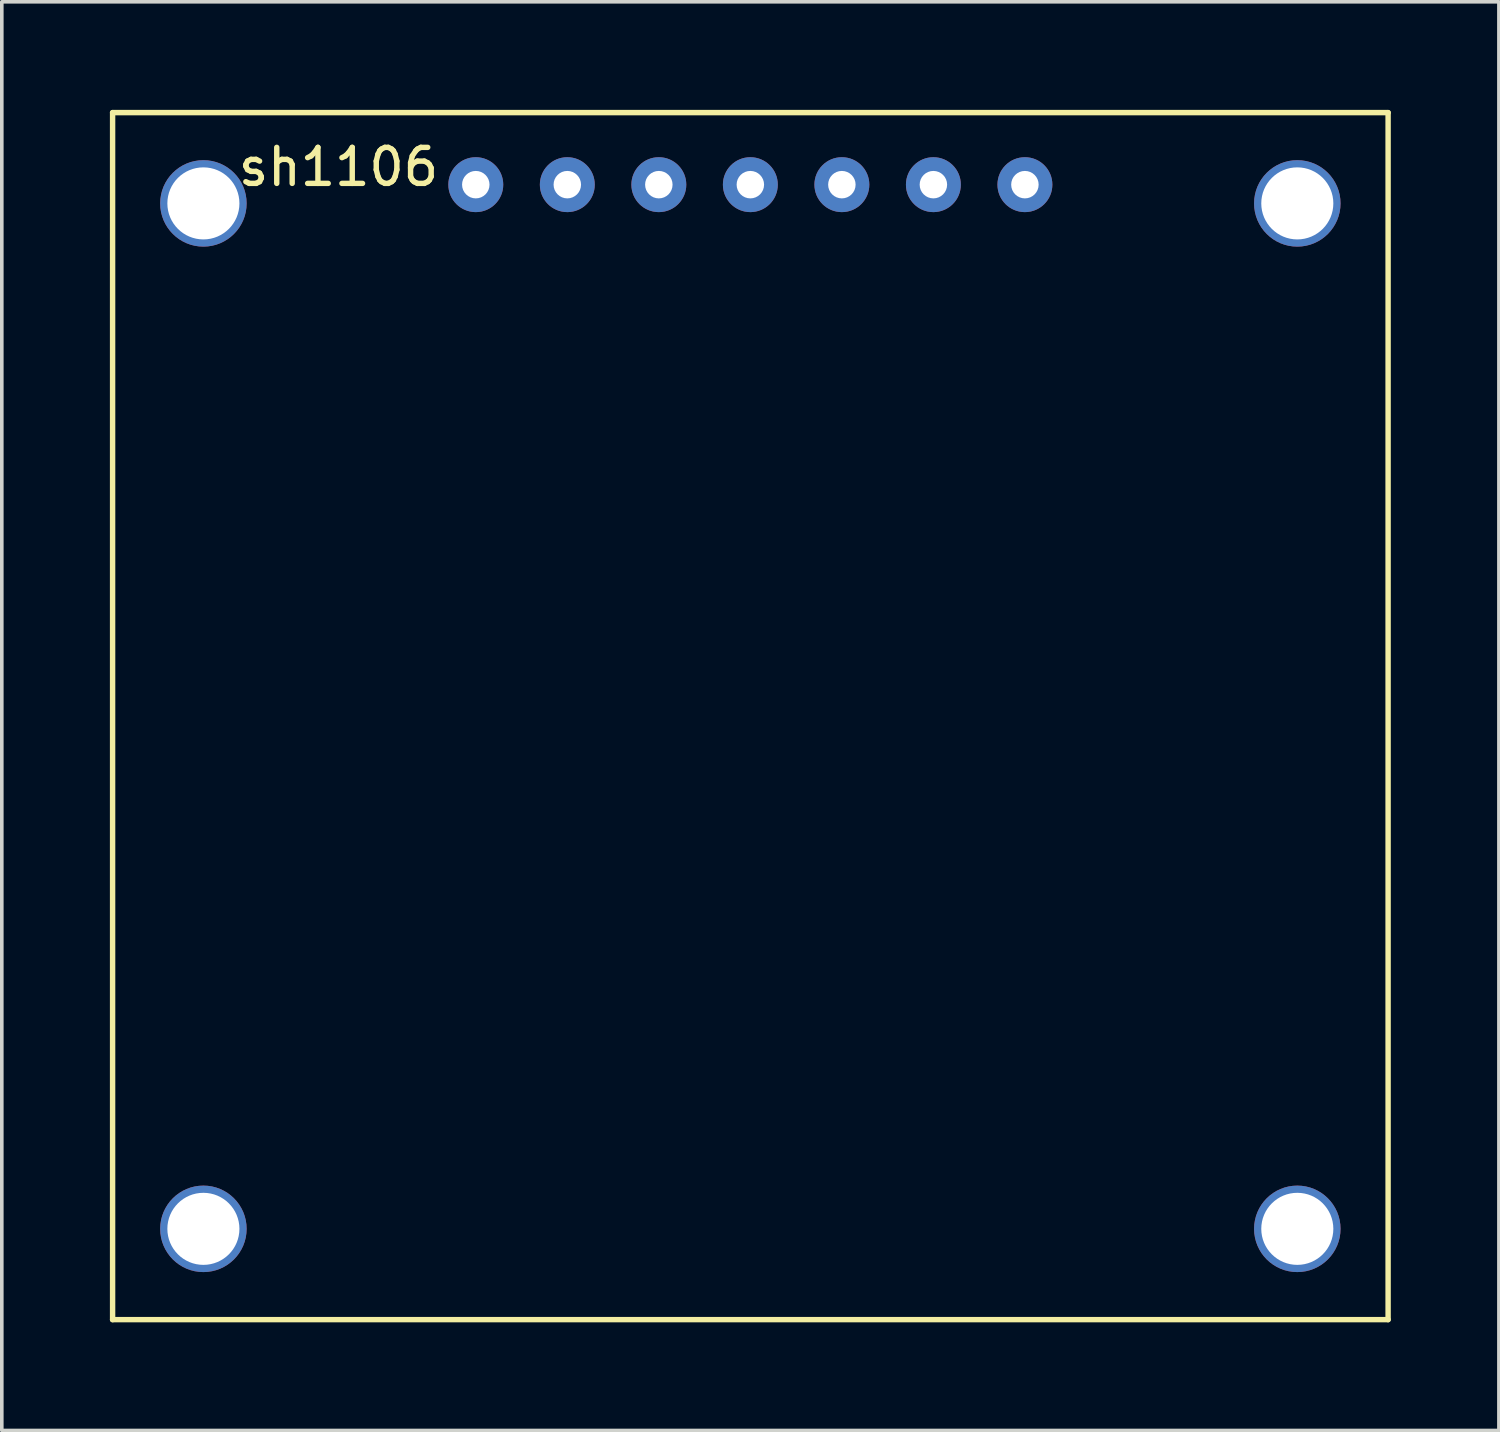
<source format=kicad_pcb>
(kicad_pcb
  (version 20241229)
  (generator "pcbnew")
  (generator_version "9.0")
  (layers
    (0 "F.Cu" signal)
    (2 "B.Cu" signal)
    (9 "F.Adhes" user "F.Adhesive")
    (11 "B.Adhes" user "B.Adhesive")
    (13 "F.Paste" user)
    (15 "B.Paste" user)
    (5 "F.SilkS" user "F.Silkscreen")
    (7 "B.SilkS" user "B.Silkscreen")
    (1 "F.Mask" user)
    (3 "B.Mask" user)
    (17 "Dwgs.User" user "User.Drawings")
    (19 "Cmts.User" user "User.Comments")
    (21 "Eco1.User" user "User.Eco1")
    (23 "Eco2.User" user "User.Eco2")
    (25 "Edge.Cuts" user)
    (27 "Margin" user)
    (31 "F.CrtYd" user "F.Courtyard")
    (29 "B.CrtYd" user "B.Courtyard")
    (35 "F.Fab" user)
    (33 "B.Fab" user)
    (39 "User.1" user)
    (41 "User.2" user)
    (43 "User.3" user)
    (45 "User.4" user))
  (footprint "sh1106"
    (layer "F.Cu")
    (at 17.775 16.825)
    (property "Reference" "sh1106" (at -11.43 -15.24 0) (layer "F.SilkS") (effects (font (size 1 1) (thickness 0.15))))
    (attr through_hole)
    (fp_line (start -17.7 -16.75) (end -17.7 16.75) (stroke (width 0.15) (type solid)) (layer "F.SilkS"))
    (fp_line (start -17.7 16.75) (end 17.7 16.75) (stroke (width 0.15) (type solid)) (layer "F.SilkS"))
    (fp_line (start 17.7 -16.75) (end -17.7 -16.75) (stroke (width 0.15) (type solid)) (layer "F.SilkS"))
    (fp_line (start 17.7 16.75) (end 17.7 -16.75) (stroke (width 0.15) (type solid)) (layer "F.SilkS"))
    (pad "" thru_hole circle (at -15.18 -14.23) (size 2.4 2.4) (drill 2) (layers "*.Cu" "*.Mask"))
    (pad "" thru_hole circle (at -15.18 14.23) (size 2.4 2.4) (drill 2) (layers "*.Cu" "*.Mask"))
    (pad "" thru_hole circle (at 15.18 -14.23) (size 2.4 2.4) (drill 2) (layers "*.Cu" "*.Mask"))
    (pad "" thru_hole circle (at 15.18 14.23) (size 2.4 2.4) (drill 2) (layers "*.Cu" "*.Mask"))
    (pad "1" thru_hole circle (at -7.62 -14.75) (size 1.524 1.524) (drill 0.762) (layers "*.Cu" "*.Mask"))
    (pad "2" thru_hole circle (at -5.08 -14.75) (size 1.524 1.524) (drill 0.762) (layers "*.Cu" "*.Mask"))
    (pad "3" thru_hole circle (at -2.54 -14.75) (size 1.524 1.524) (drill 0.762) (layers "*.Cu" "*.Mask"))
    (pad "4" thru_hole circle (at 0 -14.75) (size 1.524 1.524) (drill 0.762) (layers "*.Cu" "*.Mask"))
    (pad "5" thru_hole circle (at 2.54 -14.75) (size 1.524 1.524) (drill 0.762) (layers "*.Cu" "*.Mask"))
    (pad "6" thru_hole circle (at 5.08 -14.75) (size 1.524 1.524) (drill 0.762) (layers "*.Cu" "*.Mask"))
    (pad "7" thru_hole circle (at 7.62 -14.75) (size 1.524 1.524) (drill 0.762) (layers "*.Cu" "*.Mask")))
  (gr_rect
    (start -3 -3)
    (end 38.55 36.65)
    (stroke (width 0.1) (type default))
    (fill no)
    (layer "Edge.Cuts")))
</source>
